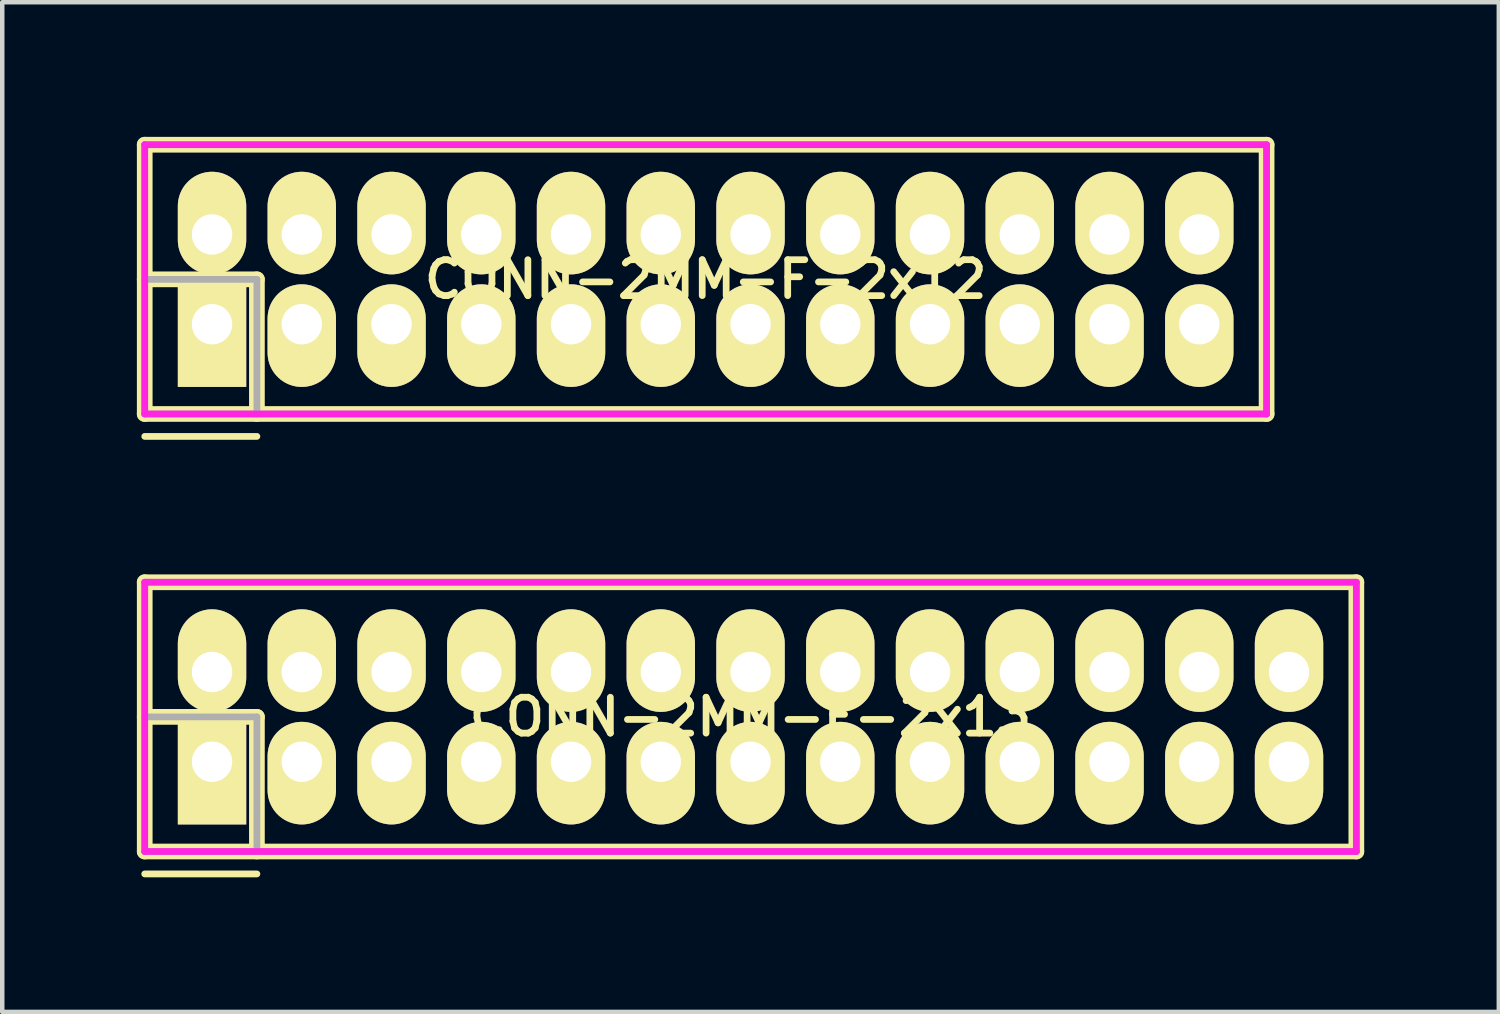
<source format=kicad_pcb>
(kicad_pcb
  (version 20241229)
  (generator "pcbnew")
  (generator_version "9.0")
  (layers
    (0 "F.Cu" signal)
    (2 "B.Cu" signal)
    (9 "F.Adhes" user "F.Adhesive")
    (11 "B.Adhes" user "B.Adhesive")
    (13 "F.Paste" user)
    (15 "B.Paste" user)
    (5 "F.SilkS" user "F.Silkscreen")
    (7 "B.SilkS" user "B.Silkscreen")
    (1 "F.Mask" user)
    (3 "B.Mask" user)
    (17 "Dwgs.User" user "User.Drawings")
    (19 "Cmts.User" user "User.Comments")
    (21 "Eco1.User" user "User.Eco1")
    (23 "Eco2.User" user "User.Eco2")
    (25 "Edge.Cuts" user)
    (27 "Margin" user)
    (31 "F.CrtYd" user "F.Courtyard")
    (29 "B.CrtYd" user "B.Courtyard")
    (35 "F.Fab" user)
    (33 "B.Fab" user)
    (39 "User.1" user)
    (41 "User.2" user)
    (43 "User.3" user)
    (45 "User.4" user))
  (footprint "CONN-2MM-F-2x12"
    (layer "F.Cu")
    (at 12.675 3.175)
    (property "Reference" "CONN-2MM-F-2x12" (at 0 0 0) (layer "F.SilkS") (effects (font (size 0.8 0.8) (thickness 0.15))))
    (attr through_hole)
    (fp_line (start -12.5 -3) (end 12.5 -3) (stroke (width 0.35) (type solid)) (layer "F.SilkS"))
    (fp_line (start -12.5 0) (end -10 0) (stroke (width 0.35) (type solid)) (layer "F.SilkS"))
    (fp_line (start -12.5 3) (end -12.5 -3) (stroke (width 0.35) (type solid)) (layer "F.SilkS"))
    (fp_line (start -12.5 3.5) (end -10 3.5) (stroke (width 0.15) (type solid)) (layer "F.SilkS"))
    (fp_line (start -10 0) (end -10 3) (stroke (width 0.35) (type solid)) (layer "F.SilkS"))
    (fp_line (start 12.5 -3) (end 12.5 3) (stroke (width 0.35) (type solid)) (layer "F.SilkS"))
    (fp_line (start 12.5 3) (end -12.5 3) (stroke (width 0.35) (type solid)) (layer "F.SilkS"))
    (fp_line (start -12.5 -3) (end 12.5 -3) (stroke (width 0.15) (type solid)) (layer "F.CrtYd"))
    (fp_line (start -12.5 3) (end -12.5 -3) (stroke (width 0.15) (type solid)) (layer "F.CrtYd"))
    (fp_line (start 12.5 -3) (end 12.5 3) (stroke (width 0.15) (type solid)) (layer "F.CrtYd"))
    (fp_line (start 12.5 3) (end -12.5 3) (stroke (width 0.15) (type solid)) (layer "F.CrtYd"))
    (fp_line (start -12.5 -3) (end 12.5 -3) (stroke (width 0.15) (type solid)) (layer "F.Fab"))
    (fp_line (start -12.5 0) (end -10 0) (stroke (width 0.15) (type solid)) (layer "F.Fab"))
    (fp_line (start -12.5 3) (end -12.5 -3) (stroke (width 0.15) (type solid)) (layer "F.Fab"))
    (fp_line (start -10 0) (end -10 3) (stroke (width 0.15) (type solid)) (layer "F.Fab"))
    (fp_line (start 12.5 -3) (end 12.5 3) (stroke (width 0.15) (type solid)) (layer "F.Fab"))
    (fp_line (start 12.5 3) (end -12.5 3) (stroke (width 0.15) (type solid)) (layer "F.Fab"))
    (pad "1" thru_hole rect (at -11 1) (size 1.524 2.286) (drill 0.9 (offset 0 0.254)) (layers "*.Cu" "*.Mask" "F.SilkS"))
    (pad "2" thru_hole oval (at -11 -1) (size 1.524 2.286) (drill 0.9 (offset 0 -0.254)) (layers "*.Cu" "*.Mask" "F.SilkS"))
    (pad "3" thru_hole oval (at -9 1) (size 1.524 2.286) (drill 0.9 (offset 0 0.254)) (layers "*.Cu" "*.Mask" "F.SilkS"))
    (pad "4" thru_hole oval (at -9 -1) (size 1.524 2.286) (drill 0.9 (offset 0 -0.254)) (layers "*.Cu" "*.Mask" "F.SilkS"))
    (pad "5" thru_hole oval (at -7 1) (size 1.524 2.286) (drill 0.9 (offset 0 0.254)) (layers "*.Cu" "*.Mask" "F.SilkS"))
    (pad "6" thru_hole oval (at -7 -1) (size 1.524 2.286) (drill 0.9 (offset 0 -0.254)) (layers "*.Cu" "*.Mask" "F.SilkS"))
    (pad "7" thru_hole oval (at -5 1) (size 1.524 2.286) (drill 0.9 (offset 0 0.254)) (layers "*.Cu" "*.Mask" "F.SilkS"))
    (pad "8" thru_hole oval (at -5 -1) (size 1.524 2.286) (drill 0.9 (offset 0 -0.254)) (layers "*.Cu" "*.Mask" "F.SilkS"))
    (pad "9" thru_hole oval (at -3 1) (size 1.524 2.286) (drill 0.9 (offset 0 0.254)) (layers "*.Cu" "*.Mask" "F.SilkS"))
    (pad "10" thru_hole oval (at -3 -1) (size 1.524 2.286) (drill 0.9 (offset 0 -0.254)) (layers "*.Cu" "*.Mask" "F.SilkS"))
    (pad "11" thru_hole oval (at -1 1) (size 1.524 2.286) (drill 0.9 (offset 0 0.254)) (layers "*.Cu" "*.Mask" "F.SilkS"))
    (pad "12" thru_hole oval (at -1 -1) (size 1.524 2.286) (drill 0.9 (offset 0 -0.254)) (layers "*.Cu" "*.Mask" "F.SilkS"))
    (pad "13" thru_hole oval (at 1 1) (size 1.524 2.286) (drill 0.9 (offset 0 0.254)) (layers "*.Cu" "*.Mask" "F.SilkS"))
    (pad "14" thru_hole oval (at 1 -1) (size 1.524 2.286) (drill 0.9 (offset 0 -0.254)) (layers "*.Cu" "*.Mask" "F.SilkS"))
    (pad "15" thru_hole oval (at 3 1) (size 1.524 2.286) (drill 0.9 (offset 0 0.254)) (layers "*.Cu" "*.Mask" "F.SilkS"))
    (pad "16" thru_hole oval (at 3 -1) (size 1.524 2.286) (drill 0.9 (offset 0 -0.254)) (layers "*.Cu" "*.Mask" "F.SilkS"))
    (pad "17" thru_hole oval (at 5 1) (size 1.524 2.286) (drill 0.9 (offset 0 0.254)) (layers "*.Cu" "*.Mask" "F.SilkS"))
    (pad "18" thru_hole oval (at 5 -1) (size 1.524 2.286) (drill 0.9 (offset 0 -0.254)) (layers "*.Cu" "*.Mask" "F.SilkS"))
    (pad "19" thru_hole oval (at 7 1) (size 1.524 2.286) (drill 0.9 (offset 0 0.254)) (layers "*.Cu" "*.Mask" "F.SilkS"))
    (pad "20" thru_hole oval (at 7 -1) (size 1.524 2.286) (drill 0.9 (offset 0 -0.254)) (layers "*.Cu" "*.Mask" "F.SilkS"))
    (pad "21" thru_hole oval (at 9 1) (size 1.524 2.286) (drill 0.9 (offset 0 0.254)) (layers "*.Cu" "*.Mask" "F.SilkS"))
    (pad "22" thru_hole oval (at 9 -1) (size 1.524 2.286) (drill 0.9 (offset 0 -0.254)) (layers "*.Cu" "*.Mask" "F.SilkS"))
    (pad "23" thru_hole oval (at 11 1) (size 1.524 2.286) (drill 0.9 (offset 0 0.254)) (layers "*.Cu" "*.Mask" "F.SilkS"))
    (pad "24" thru_hole oval (at 11 -1) (size 1.524 2.286) (drill 0.9 (offset 0 -0.254)) (layers "*.Cu" "*.Mask" "F.SilkS")))
  (footprint "CONN-2MM-F-2x13"
    (layer "F.Cu")
    (at 13.675 12.925)
    (property "Reference" "CONN-2MM-F-2x13" (at 0 0 0) (layer "F.SilkS") (effects (font (size 0.8 0.8) (thickness 0.15))))
    (attr through_hole)
    (fp_line (start -13.5 -3) (end 13.5 -3) (stroke (width 0.35) (type solid)) (layer "F.SilkS"))
    (fp_line (start -13.5 0) (end -11 0) (stroke (width 0.35) (type solid)) (layer "F.SilkS"))
    (fp_line (start -13.5 3) (end -13.5 -3) (stroke (width 0.35) (type solid)) (layer "F.SilkS"))
    (fp_line (start -13.5 3.5) (end -11 3.5) (stroke (width 0.15) (type solid)) (layer "F.SilkS"))
    (fp_line (start -11 0) (end -11 3) (stroke (width 0.35) (type solid)) (layer "F.SilkS"))
    (fp_line (start 13.5 -3) (end 13.5 3) (stroke (width 0.35) (type solid)) (layer "F.SilkS"))
    (fp_line (start 13.5 3) (end -13.5 3) (stroke (width 0.35) (type solid)) (layer "F.SilkS"))
    (fp_line (start -13.5 -3) (end 13.5 -3) (stroke (width 0.15) (type solid)) (layer "F.CrtYd"))
    (fp_line (start -13.5 3) (end -13.5 -3) (stroke (width 0.15) (type solid)) (layer "F.CrtYd"))
    (fp_line (start 13.5 -3) (end 13.5 3) (stroke (width 0.15) (type solid)) (layer "F.CrtYd"))
    (fp_line (start 13.5 3) (end -13.5 3) (stroke (width 0.15) (type solid)) (layer "F.CrtYd"))
    (fp_line (start -13.5 -3) (end 13.5 -3) (stroke (width 0.15) (type solid)) (layer "F.Fab"))
    (fp_line (start -13.5 0) (end -11 0) (stroke (width 0.15) (type solid)) (layer "F.Fab"))
    (fp_line (start -13.5 3) (end -13.5 -3) (stroke (width 0.15) (type solid)) (layer "F.Fab"))
    (fp_line (start -11 0) (end -11 3) (stroke (width 0.15) (type solid)) (layer "F.Fab"))
    (fp_line (start 13.5 -3) (end 13.5 3) (stroke (width 0.15) (type solid)) (layer "F.Fab"))
    (fp_line (start 13.5 3) (end -13.5 3) (stroke (width 0.15) (type solid)) (layer "F.Fab"))
    (pad "1" thru_hole rect (at -12 1) (size 1.524 2.286) (drill 0.9 (offset 0 0.254)) (layers "*.Cu" "*.Mask" "F.SilkS"))
    (pad "2" thru_hole oval (at -12 -1) (size 1.524 2.286) (drill 0.9 (offset 0 -0.254)) (layers "*.Cu" "*.Mask" "F.SilkS"))
    (pad "3" thru_hole oval (at -10 1) (size 1.524 2.286) (drill 0.9 (offset 0 0.254)) (layers "*.Cu" "*.Mask" "F.SilkS"))
    (pad "4" thru_hole oval (at -10 -1) (size 1.524 2.286) (drill 0.9 (offset 0 -0.254)) (layers "*.Cu" "*.Mask" "F.SilkS"))
    (pad "5" thru_hole oval (at -8 1) (size 1.524 2.286) (drill 0.9 (offset 0 0.254)) (layers "*.Cu" "*.Mask" "F.SilkS"))
    (pad "6" thru_hole oval (at -8 -1) (size 1.524 2.286) (drill 0.9 (offset 0 -0.254)) (layers "*.Cu" "*.Mask" "F.SilkS"))
    (pad "7" thru_hole oval (at -6 1) (size 1.524 2.286) (drill 0.9 (offset 0 0.254)) (layers "*.Cu" "*.Mask" "F.SilkS"))
    (pad "8" thru_hole oval (at -6 -1) (size 1.524 2.286) (drill 0.9 (offset 0 -0.254)) (layers "*.Cu" "*.Mask" "F.SilkS"))
    (pad "9" thru_hole oval (at -4 1) (size 1.524 2.286) (drill 0.9 (offset 0 0.254)) (layers "*.Cu" "*.Mask" "F.SilkS"))
    (pad "10" thru_hole oval (at -4 -1) (size 1.524 2.286) (drill 0.9 (offset 0 -0.254)) (layers "*.Cu" "*.Mask" "F.SilkS"))
    (pad "11" thru_hole oval (at -2 1) (size 1.524 2.286) (drill 0.9 (offset 0 0.254)) (layers "*.Cu" "*.Mask" "F.SilkS"))
    (pad "12" thru_hole oval (at -2 -1) (size 1.524 2.286) (drill 0.9 (offset 0 -0.254)) (layers "*.Cu" "*.Mask" "F.SilkS"))
    (pad "13" thru_hole oval (at 0 1) (size 1.524 2.286) (drill 0.9 (offset 0 0.254)) (layers "*.Cu" "*.Mask" "F.SilkS"))
    (pad "14" thru_hole oval (at 0 -1) (size 1.524 2.286) (drill 0.9 (offset 0 -0.254)) (layers "*.Cu" "*.Mask" "F.SilkS"))
    (pad "15" thru_hole oval (at 2 1) (size 1.524 2.286) (drill 0.9 (offset 0 0.254)) (layers "*.Cu" "*.Mask" "F.SilkS"))
    (pad "16" thru_hole oval (at 2 -1) (size 1.524 2.286) (drill 0.9 (offset 0 -0.254)) (layers "*.Cu" "*.Mask" "F.SilkS"))
    (pad "17" thru_hole oval (at 4 1) (size 1.524 2.286) (drill 0.9 (offset 0 0.254)) (layers "*.Cu" "*.Mask" "F.SilkS"))
    (pad "18" thru_hole oval (at 4 -1) (size 1.524 2.286) (drill 0.9 (offset 0 -0.254)) (layers "*.Cu" "*.Mask" "F.SilkS"))
    (pad "19" thru_hole oval (at 6 1) (size 1.524 2.286) (drill 0.9 (offset 0 0.254)) (layers "*.Cu" "*.Mask" "F.SilkS"))
    (pad "20" thru_hole oval (at 6 -1) (size 1.524 2.286) (drill 0.9 (offset 0 -0.254)) (layers "*.Cu" "*.Mask" "F.SilkS"))
    (pad "21" thru_hole oval (at 8 1) (size 1.524 2.286) (drill 0.9 (offset 0 0.254)) (layers "*.Cu" "*.Mask" "F.SilkS"))
    (pad "22" thru_hole oval (at 8 -1) (size 1.524 2.286) (drill 0.9 (offset 0 -0.254)) (layers "*.Cu" "*.Mask" "F.SilkS"))
    (pad "23" thru_hole oval (at 10 1) (size 1.524 2.286) (drill 0.9 (offset 0 0.254)) (layers "*.Cu" "*.Mask" "F.SilkS"))
    (pad "24" thru_hole oval (at 10 -1) (size 1.524 2.286) (drill 0.9 (offset 0 -0.254)) (layers "*.Cu" "*.Mask" "F.SilkS"))
    (pad "25" thru_hole oval (at 12 1) (size 1.524 2.286) (drill 0.9 (offset 0 0.254)) (layers "*.Cu" "*.Mask" "F.SilkS"))
    (pad "26" thru_hole oval (at 12 -1) (size 1.524 2.286) (drill 0.9 (offset 0 -0.254)) (layers "*.Cu" "*.Mask" "F.SilkS")))
  (gr_rect
    (start -3 -3)
    (end 30.35 19.5)
    (stroke (width 0.1) (type default))
    (fill no)
    (layer "Edge.Cuts")))
</source>
